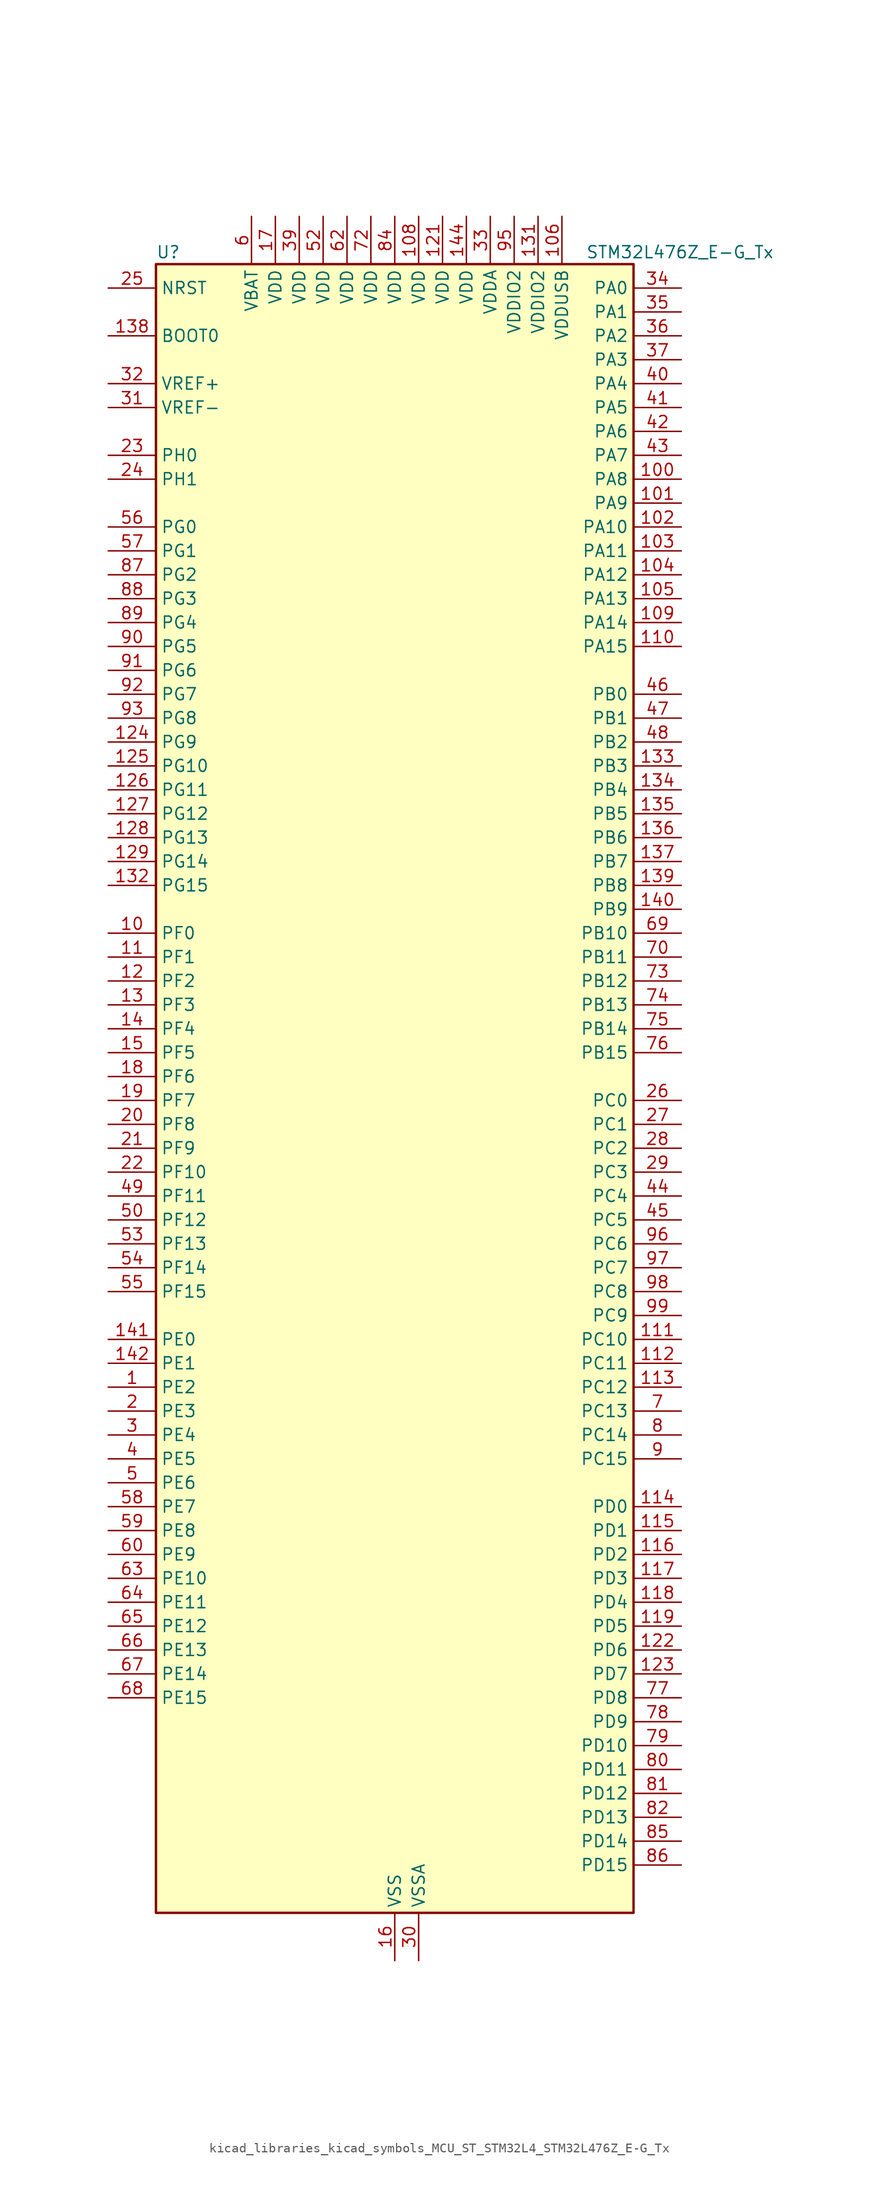
<source format=kicad_sym>
(kicad_symbol_lib
  (version 20220914)
  (generator kicad_symbol_editor)
  (symbol "kicad_libraries_kicad_symbols_MCU_ST_STM32L4_STM32L476Z_E-G_Tx"
    (property "Reference" "U"
      (at -25.4 90.17 0)
      (effects (font (size 1.27 1.27)) (justify left)))
    (property "Value" "STM32L476Z_E-G_Tx"
      (at 20.32 90.17 0)
      (effects (font (size 1.27 1.27)) (justify left)))
    (property "ki_locked" ""
      (at 0 0 0)
      (effects (font (size 1.27 1.27))))
    (symbol "kicad_libraries_kicad_symbols_MCU_ST_STM32L4_STM32L476Z_E-G_Tx_0_1"
      (rectangle (start -25.4 -86.36) (end 25.4 88.9) (stroke (width 0.254) (type default)) (fill (type background))))
    (symbol "kicad_libraries_kicad_symbols_MCU_ST_STM32L4_STM32L476Z_E-G_Tx_1_1"
      (pin bidirectional line (at -30.48 -30.48 0) (length 5.08) (name "PE2" (effects (font (size 1.27 1.27)))) (number "1" (effects (font (size 1.27 1.27)))) (alternate "FMC_A23" bidirectional line) (alternate "LCD_SEG38" bidirectional line) (alternate "SAI1_MCLK_A" bidirectional line) (alternate "SYS_TRACECLK" bidirectional line) (alternate "TIM3_ETR" bidirectional line) (alternate "TSC_G7_IO1" bidirectional line))
      (pin bidirectional line (at -30.48 17.78 0) (length 5.08) (name "PF0" (effects (font (size 1.27 1.27)))) (number "10" (effects (font (size 1.27 1.27)))) (alternate "FMC_A0" bidirectional line) (alternate "I2C2_SDA" bidirectional line))
      (pin bidirectional line (at 30.48 66.04 180) (length 5.08) (name "PA8" (effects (font (size 1.27 1.27)))) (number "100" (effects (font (size 1.27 1.27)))) (alternate "LCD_COM0" bidirectional line) (alternate "LPTIM2_OUT" bidirectional line) (alternate "RCC_MCO" bidirectional line) (alternate "TIM1_CH1" bidirectional line) (alternate "USART1_CK" bidirectional line) (alternate "USB_OTG_FS_SOF" bidirectional line))
      (pin bidirectional line (at 30.48 63.5 180) (length 5.08) (name "PA9" (effects (font (size 1.27 1.27)))) (number "101" (effects (font (size 1.27 1.27)))) (alternate "DAC1_EXTI9" bidirectional line) (alternate "LCD_COM1" bidirectional line) (alternate "TIM15_BKIN" bidirectional line) (alternate "TIM1_CH2" bidirectional line) (alternate "USART1_TX" bidirectional line) (alternate "USB_OTG_FS_VBUS" bidirectional line))
      (pin bidirectional line (at 30.48 60.96 180) (length 5.08) (name "PA10" (effects (font (size 1.27 1.27)))) (number "102" (effects (font (size 1.27 1.27)))) (alternate "LCD_COM2" bidirectional line) (alternate "TIM17_BKIN" bidirectional line) (alternate "TIM1_CH3" bidirectional line) (alternate "USART1_RX" bidirectional line) (alternate "USB_OTG_FS_ID" bidirectional line))
      (pin bidirectional line (at 30.48 58.42 180) (length 5.08) (name "PA11" (effects (font (size 1.27 1.27)))) (number "103" (effects (font (size 1.27 1.27)))) (alternate "ADC1_EXTI11" bidirectional line) (alternate "ADC2_EXTI11" bidirectional line) (alternate "ADC3_EXTI11" bidirectional line) (alternate "CAN1_RX" bidirectional line) (alternate "TIM1_BKIN2" bidirectional line) (alternate "TIM1_BKIN2_COMP1" bidirectional line) (alternate "TIM1_CH4" bidirectional line) (alternate "USART1_CTS" bidirectional line) (alternate "USB_OTG_FS_DM" bidirectional line))
      (pin bidirectional line (at 30.48 55.88 180) (length 5.08) (name "PA12" (effects (font (size 1.27 1.27)))) (number "104" (effects (font (size 1.27 1.27)))) (alternate "CAN1_TX" bidirectional line) (alternate "TIM1_ETR" bidirectional line) (alternate "USART1_DE" bidirectional line) (alternate "USART1_RTS" bidirectional line) (alternate "USB_OTG_FS_DP" bidirectional line))
      (pin bidirectional line (at 30.48 53.34 180) (length 5.08) (name "PA13" (effects (font (size 1.27 1.27)))) (number "105" (effects (font (size 1.27 1.27)))) (alternate "IR_OUT" bidirectional line) (alternate "SYS_JTMS-SWDIO" bidirectional line) (alternate "USB_OTG_FS_NOE" bidirectional line))
      (pin power_in line (at 17.78 93.98 270) (length 5.08) (name "VDDUSB" (effects (font (size 1.27 1.27)))) (number "106" (effects (font (size 1.27 1.27)))))
      (pin passive line (at 0 -91.44 90) (length 5.08) hide (name "VSS" (effects (font (size 1.27 1.27)))) (number "107" (effects (font (size 1.27 1.27)))))
      (pin power_in line (at 2.54 93.98 270) (length 5.08) (name "VDD" (effects (font (size 1.27 1.27)))) (number "108" (effects (font (size 1.27 1.27)))))
      (pin bidirectional line (at 30.48 50.8 180) (length 5.08) (name "PA14" (effects (font (size 1.27 1.27)))) (number "109" (effects (font (size 1.27 1.27)))) (alternate "SYS_JTCK-SWCLK" bidirectional line))
      (pin bidirectional line (at -30.48 15.24 0) (length 5.08) (name "PF1" (effects (font (size 1.27 1.27)))) (number "11" (effects (font (size 1.27 1.27)))) (alternate "FMC_A1" bidirectional line) (alternate "I2C2_SCL" bidirectional line))
      (pin bidirectional line (at 30.48 48.26 180) (length 5.08) (name "PA15" (effects (font (size 1.27 1.27)))) (number "110" (effects (font (size 1.27 1.27)))) (alternate "ADC1_EXTI15" bidirectional line) (alternate "ADC2_EXTI15" bidirectional line) (alternate "ADC3_EXTI15" bidirectional line) (alternate "LCD_SEG17" bidirectional line) (alternate "SAI2_FS_B" bidirectional line) (alternate "SPI1_NSS" bidirectional line) (alternate "SPI3_NSS" bidirectional line) (alternate "SYS_JTDI" bidirectional line) (alternate "TIM2_CH1" bidirectional line) (alternate "TIM2_ETR" bidirectional line) (alternate "TSC_G3_IO1" bidirectional line) (alternate "UART4_DE" bidirectional line) (alternate "UART4_RTS" bidirectional line))
      (pin bidirectional line (at 30.48 -25.4 180) (length 5.08) (name "PC10" (effects (font (size 1.27 1.27)))) (number "111" (effects (font (size 1.27 1.27)))) (alternate "LCD_COM4" bidirectional line) (alternate "LCD_SEG28" bidirectional line) (alternate "LCD_SEG40" bidirectional line) (alternate "SAI2_SCK_B" bidirectional line) (alternate "SDMMC1_D2" bidirectional line) (alternate "SPI3_SCK" bidirectional line) (alternate "TSC_G3_IO2" bidirectional line) (alternate "UART4_TX" bidirectional line) (alternate "USART3_TX" bidirectional line))
      (pin bidirectional line (at 30.48 -27.94 180) (length 5.08) (name "PC11" (effects (font (size 1.27 1.27)))) (number "112" (effects (font (size 1.27 1.27)))) (alternate "ADC1_EXTI11" bidirectional line) (alternate "ADC2_EXTI11" bidirectional line) (alternate "ADC3_EXTI11" bidirectional line) (alternate "LCD_COM5" bidirectional line) (alternate "LCD_SEG29" bidirectional line) (alternate "LCD_SEG41" bidirectional line) (alternate "SAI2_MCLK_B" bidirectional line) (alternate "SDMMC1_D3" bidirectional line) (alternate "SPI3_MISO" bidirectional line) (alternate "TSC_G3_IO3" bidirectional line) (alternate "UART4_RX" bidirectional line) (alternate "USART3_RX" bidirectional line))
      (pin bidirectional line (at 30.48 -30.48 180) (length 5.08) (name "PC12" (effects (font (size 1.27 1.27)))) (number "113" (effects (font (size 1.27 1.27)))) (alternate "LCD_COM6" bidirectional line) (alternate "LCD_SEG30" bidirectional line) (alternate "LCD_SEG42" bidirectional line) (alternate "SAI2_SD_B" bidirectional line) (alternate "SDMMC1_CK" bidirectional line) (alternate "SPI3_MOSI" bidirectional line) (alternate "TSC_G3_IO4" bidirectional line) (alternate "UART5_TX" bidirectional line) (alternate "USART3_CK" bidirectional line))
      (pin bidirectional line (at 30.48 -43.18 180) (length 5.08) (name "PD0" (effects (font (size 1.27 1.27)))) (number "114" (effects (font (size 1.27 1.27)))) (alternate "CAN1_RX" bidirectional line) (alternate "DFSDM1_DATIN7" bidirectional line) (alternate "FMC_D2" bidirectional line) (alternate "FMC_DA2" bidirectional line) (alternate "SPI2_NSS" bidirectional line))
      (pin bidirectional line (at 30.48 -45.72 180) (length 5.08) (name "PD1" (effects (font (size 1.27 1.27)))) (number "115" (effects (font (size 1.27 1.27)))) (alternate "CAN1_TX" bidirectional line) (alternate "DFSDM1_CKIN7" bidirectional line) (alternate "FMC_D3" bidirectional line) (alternate "FMC_DA3" bidirectional line) (alternate "SPI2_SCK" bidirectional line))
      (pin bidirectional line (at 30.48 -48.26 180) (length 5.08) (name "PD2" (effects (font (size 1.27 1.27)))) (number "116" (effects (font (size 1.27 1.27)))) (alternate "LCD_COM7" bidirectional line) (alternate "LCD_SEG31" bidirectional line) (alternate "LCD_SEG43" bidirectional line) (alternate "SDMMC1_CMD" bidirectional line) (alternate "TIM3_ETR" bidirectional line) (alternate "TSC_SYNC" bidirectional line) (alternate "UART5_RX" bidirectional line) (alternate "USART3_DE" bidirectional line) (alternate "USART3_RTS" bidirectional line))
      (pin bidirectional line (at 30.48 -50.8 180) (length 5.08) (name "PD3" (effects (font (size 1.27 1.27)))) (number "117" (effects (font (size 1.27 1.27)))) (alternate "DFSDM1_DATIN0" bidirectional line) (alternate "FMC_CLK" bidirectional line) (alternate "SPI2_MISO" bidirectional line) (alternate "USART2_CTS" bidirectional line))
      (pin bidirectional line (at 30.48 -53.34 180) (length 5.08) (name "PD4" (effects (font (size 1.27 1.27)))) (number "118" (effects (font (size 1.27 1.27)))) (alternate "DFSDM1_CKIN0" bidirectional line) (alternate "FMC_NOE" bidirectional line) (alternate "SPI2_MOSI" bidirectional line) (alternate "USART2_DE" bidirectional line) (alternate "USART2_RTS" bidirectional line))
      (pin bidirectional line (at 30.48 -55.88 180) (length 5.08) (name "PD5" (effects (font (size 1.27 1.27)))) (number "119" (effects (font (size 1.27 1.27)))) (alternate "FMC_NWE" bidirectional line) (alternate "USART2_TX" bidirectional line))
      (pin bidirectional line (at -30.48 12.7 0) (length 5.08) (name "PF2" (effects (font (size 1.27 1.27)))) (number "12" (effects (font (size 1.27 1.27)))) (alternate "FMC_A2" bidirectional line) (alternate "I2C2_SMBA" bidirectional line))
      (pin passive line (at 0 -91.44 90) (length 5.08) hide (name "VSS" (effects (font (size 1.27 1.27)))) (number "120" (effects (font (size 1.27 1.27)))))
      (pin power_in line (at 5.08 93.98 270) (length 5.08) (name "VDD" (effects (font (size 1.27 1.27)))) (number "121" (effects (font (size 1.27 1.27)))))
      (pin bidirectional line (at 30.48 -58.42 180) (length 5.08) (name "PD6" (effects (font (size 1.27 1.27)))) (number "122" (effects (font (size 1.27 1.27)))) (alternate "DFSDM1_DATIN1" bidirectional line) (alternate "FMC_NWAIT" bidirectional line) (alternate "SAI1_SD_A" bidirectional line) (alternate "USART2_RX" bidirectional line))
      (pin bidirectional line (at 30.48 -60.96 180) (length 5.08) (name "PD7" (effects (font (size 1.27 1.27)))) (number "123" (effects (font (size 1.27 1.27)))) (alternate "DFSDM1_CKIN1" bidirectional line) (alternate "FMC_NE1" bidirectional line) (alternate "USART2_CK" bidirectional line))
      (pin bidirectional line (at -30.48 38.1 0) (length 5.08) (name "PG9" (effects (font (size 1.27 1.27)))) (number "124" (effects (font (size 1.27 1.27)))) (alternate "DAC1_EXTI9" bidirectional line) (alternate "FMC_NCE3" bidirectional line) (alternate "FMC_NE2" bidirectional line) (alternate "SAI2_SCK_A" bidirectional line) (alternate "SPI3_SCK" bidirectional line) (alternate "TIM15_CH1N" bidirectional line) (alternate "USART1_TX" bidirectional line))
      (pin bidirectional line (at -30.48 35.56 0) (length 5.08) (name "PG10" (effects (font (size 1.27 1.27)))) (number "125" (effects (font (size 1.27 1.27)))) (alternate "FMC_NE3" bidirectional line) (alternate "LPTIM1_IN1" bidirectional line) (alternate "SAI2_FS_A" bidirectional line) (alternate "SPI3_MISO" bidirectional line) (alternate "TIM15_CH1" bidirectional line) (alternate "USART1_RX" bidirectional line))
      (pin bidirectional line (at -30.48 33.02 0) (length 5.08) (name "PG11" (effects (font (size 1.27 1.27)))) (number "126" (effects (font (size 1.27 1.27)))) (alternate "ADC1_EXTI11" bidirectional line) (alternate "ADC2_EXTI11" bidirectional line) (alternate "ADC3_EXTI11" bidirectional line) (alternate "LPTIM1_IN2" bidirectional line) (alternate "SAI2_MCLK_A" bidirectional line) (alternate "SPI3_MOSI" bidirectional line) (alternate "TIM15_CH2" bidirectional line) (alternate "USART1_CTS" bidirectional line))
      (pin bidirectional line (at -30.48 30.48 0) (length 5.08) (name "PG12" (effects (font (size 1.27 1.27)))) (number "127" (effects (font (size 1.27 1.27)))) (alternate "FMC_NE4" bidirectional line) (alternate "LPTIM1_ETR" bidirectional line) (alternate "SAI2_SD_A" bidirectional line) (alternate "SPI3_NSS" bidirectional line) (alternate "USART1_DE" bidirectional line) (alternate "USART1_RTS" bidirectional line))
      (pin bidirectional line (at -30.48 27.94 0) (length 5.08) (name "PG13" (effects (font (size 1.27 1.27)))) (number "128" (effects (font (size 1.27 1.27)))) (alternate "FMC_A24" bidirectional line) (alternate "I2C1_SDA" bidirectional line) (alternate "USART1_CK" bidirectional line))
      (pin bidirectional line (at -30.48 25.4 0) (length 5.08) (name "PG14" (effects (font (size 1.27 1.27)))) (number "129" (effects (font (size 1.27 1.27)))) (alternate "FMC_A25" bidirectional line) (alternate "I2C1_SCL" bidirectional line))
      (pin bidirectional line (at -30.48 10.16 0) (length 5.08) (name "PF3" (effects (font (size 1.27 1.27)))) (number "13" (effects (font (size 1.27 1.27)))) (alternate "ADC3_IN6" bidirectional line) (alternate "FMC_A3" bidirectional line))
      (pin passive line (at 0 -91.44 90) (length 5.08) hide (name "VSS" (effects (font (size 1.27 1.27)))) (number "130" (effects (font (size 1.27 1.27)))))
      (pin power_in line (at 15.24 93.98 270) (length 5.08) (name "VDDIO2" (effects (font (size 1.27 1.27)))) (number "131" (effects (font (size 1.27 1.27)))))
      (pin bidirectional line (at -30.48 22.86 0) (length 5.08) (name "PG15" (effects (font (size 1.27 1.27)))) (number "132" (effects (font (size 1.27 1.27)))) (alternate "ADC1_EXTI15" bidirectional line) (alternate "ADC2_EXTI15" bidirectional line) (alternate "ADC3_EXTI15" bidirectional line) (alternate "I2C1_SMBA" bidirectional line) (alternate "LPTIM1_OUT" bidirectional line))
      (pin bidirectional line (at 30.48 35.56 180) (length 5.08) (name "PB3" (effects (font (size 1.27 1.27)))) (number "133" (effects (font (size 1.27 1.27)))) (alternate "COMP2_INM" bidirectional line) (alternate "LCD_SEG7" bidirectional line) (alternate "SAI1_SCK_B" bidirectional line) (alternate "SPI1_SCK" bidirectional line) (alternate "SPI3_SCK" bidirectional line) (alternate "SYS_JTDO-SWO" bidirectional line) (alternate "TIM2_CH2" bidirectional line) (alternate "USART1_DE" bidirectional line) (alternate "USART1_RTS" bidirectional line))
      (pin bidirectional line (at 30.48 33.02 180) (length 5.08) (name "PB4" (effects (font (size 1.27 1.27)))) (number "134" (effects (font (size 1.27 1.27)))) (alternate "COMP2_INP" bidirectional line) (alternate "LCD_SEG8" bidirectional line) (alternate "SAI1_MCLK_B" bidirectional line) (alternate "SPI1_MISO" bidirectional line) (alternate "SPI3_MISO" bidirectional line) (alternate "SYS_JTRST" bidirectional line) (alternate "TIM17_BKIN" bidirectional line) (alternate "TIM3_CH1" bidirectional line) (alternate "TSC_G2_IO1" bidirectional line) (alternate "UART5_DE" bidirectional line) (alternate "UART5_RTS" bidirectional line) (alternate "USART1_CTS" bidirectional line))
      (pin bidirectional line (at 30.48 30.48 180) (length 5.08) (name "PB5" (effects (font (size 1.27 1.27)))) (number "135" (effects (font (size 1.27 1.27)))) (alternate "COMP2_OUT" bidirectional line) (alternate "I2C1_SMBA" bidirectional line) (alternate "LCD_SEG9" bidirectional line) (alternate "LPTIM1_IN1" bidirectional line) (alternate "SAI1_SD_B" bidirectional line) (alternate "SPI1_MOSI" bidirectional line) (alternate "SPI3_MOSI" bidirectional line) (alternate "TIM16_BKIN" bidirectional line) (alternate "TIM3_CH2" bidirectional line) (alternate "TSC_G2_IO2" bidirectional line) (alternate "UART5_CTS" bidirectional line) (alternate "USART1_CK" bidirectional line))
      (pin bidirectional line (at 30.48 27.94 180) (length 5.08) (name "PB6" (effects (font (size 1.27 1.27)))) (number "136" (effects (font (size 1.27 1.27)))) (alternate "COMP2_INP" bidirectional line) (alternate "DFSDM1_DATIN5" bidirectional line) (alternate "I2C1_SCL" bidirectional line) (alternate "LPTIM1_ETR" bidirectional line) (alternate "SAI1_FS_B" bidirectional line) (alternate "TIM16_CH1N" bidirectional line) (alternate "TIM4_CH1" bidirectional line) (alternate "TIM8_BKIN2" bidirectional line) (alternate "TIM8_BKIN2_COMP2" bidirectional line) (alternate "TSC_G2_IO3" bidirectional line) (alternate "USART1_TX" bidirectional line))
      (pin bidirectional line (at 30.48 25.4 180) (length 5.08) (name "PB7" (effects (font (size 1.27 1.27)))) (number "137" (effects (font (size 1.27 1.27)))) (alternate "COMP2_INM" bidirectional line) (alternate "DFSDM1_CKIN5" bidirectional line) (alternate "FMC_NL" bidirectional line) (alternate "I2C1_SDA" bidirectional line) (alternate "LCD_SEG21" bidirectional line) (alternate "LPTIM1_IN2" bidirectional line) (alternate "SYS_PVD_IN" bidirectional line) (alternate "TIM17_CH1N" bidirectional line) (alternate "TIM4_CH2" bidirectional line) (alternate "TIM8_BKIN" bidirectional line) (alternate "TIM8_BKIN_COMP1" bidirectional line) (alternate "TSC_G2_IO4" bidirectional line) (alternate "UART4_CTS" bidirectional line) (alternate "USART1_RX" bidirectional line))
      (pin input line (at -30.48 81.28 0) (length 5.08) (name "BOOT0" (effects (font (size 1.27 1.27)))) (number "138" (effects (font (size 1.27 1.27)))))
      (pin bidirectional line (at 30.48 22.86 180) (length 5.08) (name "PB8" (effects (font (size 1.27 1.27)))) (number "139" (effects (font (size 1.27 1.27)))) (alternate "CAN1_RX" bidirectional line) (alternate "DFSDM1_DATIN6" bidirectional line) (alternate "I2C1_SCL" bidirectional line) (alternate "LCD_SEG16" bidirectional line) (alternate "SAI1_MCLK_A" bidirectional line) (alternate "SDMMC1_D4" bidirectional line) (alternate "TIM16_CH1" bidirectional line) (alternate "TIM4_CH3" bidirectional line))
      (pin bidirectional line (at -30.48 7.62 0) (length 5.08) (name "PF4" (effects (font (size 1.27 1.27)))) (number "14" (effects (font (size 1.27 1.27)))) (alternate "ADC3_IN7" bidirectional line) (alternate "FMC_A4" bidirectional line))
      (pin bidirectional line (at 30.48 20.32 180) (length 5.08) (name "PB9" (effects (font (size 1.27 1.27)))) (number "140" (effects (font (size 1.27 1.27)))) (alternate "CAN1_TX" bidirectional line) (alternate "DAC1_EXTI9" bidirectional line) (alternate "DFSDM1_CKIN6" bidirectional line) (alternate "I2C1_SDA" bidirectional line) (alternate "IR_OUT" bidirectional line) (alternate "LCD_COM3" bidirectional line) (alternate "SAI1_FS_A" bidirectional line) (alternate "SDMMC1_D5" bidirectional line) (alternate "SPI2_NSS" bidirectional line) (alternate "TIM17_CH1" bidirectional line) (alternate "TIM4_CH4" bidirectional line))
      (pin bidirectional line (at -30.48 -25.4 0) (length 5.08) (name "PE0" (effects (font (size 1.27 1.27)))) (number "141" (effects (font (size 1.27 1.27)))) (alternate "FMC_NBL0" bidirectional line) (alternate "LCD_SEG36" bidirectional line) (alternate "TIM16_CH1" bidirectional line) (alternate "TIM4_ETR" bidirectional line))
      (pin bidirectional line (at -30.48 -27.94 0) (length 5.08) (name "PE1" (effects (font (size 1.27 1.27)))) (number "142" (effects (font (size 1.27 1.27)))) (alternate "FMC_NBL1" bidirectional line) (alternate "LCD_SEG37" bidirectional line) (alternate "TIM17_CH1" bidirectional line))
      (pin passive line (at 0 -91.44 90) (length 5.08) hide (name "VSS" (effects (font (size 1.27 1.27)))) (number "143" (effects (font (size 1.27 1.27)))))
      (pin power_in line (at 7.62 93.98 270) (length 5.08) (name "VDD" (effects (font (size 1.27 1.27)))) (number "144" (effects (font (size 1.27 1.27)))))
      (pin bidirectional line (at -30.48 5.08 0) (length 5.08) (name "PF5" (effects (font (size 1.27 1.27)))) (number "15" (effects (font (size 1.27 1.27)))) (alternate "ADC3_IN8" bidirectional line) (alternate "FMC_A5" bidirectional line))
      (pin power_in line (at 0 -91.44 90) (length 5.08) (name "VSS" (effects (font (size 1.27 1.27)))) (number "16" (effects (font (size 1.27 1.27)))))
      (pin power_in line (at -12.7 93.98 270) (length 5.08) (name "VDD" (effects (font (size 1.27 1.27)))) (number "17" (effects (font (size 1.27 1.27)))))
      (pin bidirectional line (at -30.48 2.54 0) (length 5.08) (name "PF6" (effects (font (size 1.27 1.27)))) (number "18" (effects (font (size 1.27 1.27)))) (alternate "ADC3_IN9" bidirectional line) (alternate "SAI1_SD_B" bidirectional line) (alternate "TIM5_CH1" bidirectional line) (alternate "TIM5_ETR" bidirectional line))
      (pin bidirectional line (at -30.48 0 0) (length 5.08) (name "PF7" (effects (font (size 1.27 1.27)))) (number "19" (effects (font (size 1.27 1.27)))) (alternate "ADC3_IN10" bidirectional line) (alternate "SAI1_MCLK_B" bidirectional line) (alternate "TIM5_CH2" bidirectional line))
      (pin bidirectional line (at -30.48 -33.02 0) (length 5.08) (name "PE3" (effects (font (size 1.27 1.27)))) (number "2" (effects (font (size 1.27 1.27)))) (alternate "FMC_A19" bidirectional line) (alternate "LCD_SEG39" bidirectional line) (alternate "SAI1_SD_B" bidirectional line) (alternate "SYS_TRACED0" bidirectional line) (alternate "TIM3_CH1" bidirectional line) (alternate "TSC_G7_IO2" bidirectional line))
      (pin bidirectional line (at -30.48 -2.54 0) (length 5.08) (name "PF8" (effects (font (size 1.27 1.27)))) (number "20" (effects (font (size 1.27 1.27)))) (alternate "ADC3_IN11" bidirectional line) (alternate "SAI1_SCK_B" bidirectional line) (alternate "TIM5_CH3" bidirectional line))
      (pin bidirectional line (at -30.48 -5.08 0) (length 5.08) (name "PF9" (effects (font (size 1.27 1.27)))) (number "21" (effects (font (size 1.27 1.27)))) (alternate "ADC3_IN12" bidirectional line) (alternate "DAC1_EXTI9" bidirectional line) (alternate "SAI1_FS_B" bidirectional line) (alternate "TIM15_CH1" bidirectional line) (alternate "TIM5_CH4" bidirectional line))
      (pin bidirectional line (at -30.48 -7.62 0) (length 5.08) (name "PF10" (effects (font (size 1.27 1.27)))) (number "22" (effects (font (size 1.27 1.27)))) (alternate "ADC3_IN13" bidirectional line) (alternate "TIM15_CH2" bidirectional line))
      (pin bidirectional line (at -30.48 68.58 0) (length 5.08) (name "PH0" (effects (font (size 1.27 1.27)))) (number "23" (effects (font (size 1.27 1.27)))) (alternate "RCC_OSC_IN" bidirectional line))
      (pin bidirectional line (at -30.48 66.04 0) (length 5.08) (name "PH1" (effects (font (size 1.27 1.27)))) (number "24" (effects (font (size 1.27 1.27)))) (alternate "RCC_OSC_OUT" bidirectional line))
      (pin input line (at -30.48 86.36 0) (length 5.08) (name "NRST" (effects (font (size 1.27 1.27)))) (number "25" (effects (font (size 1.27 1.27)))))
      (pin bidirectional line (at 30.48 0 180) (length 5.08) (name "PC0" (effects (font (size 1.27 1.27)))) (number "26" (effects (font (size 1.27 1.27)))) (alternate "ADC1_IN1" bidirectional line) (alternate "ADC2_IN1" bidirectional line) (alternate "ADC3_IN1" bidirectional line) (alternate "DFSDM1_DATIN4" bidirectional line) (alternate "I2C3_SCL" bidirectional line) (alternate "LCD_SEG18" bidirectional line) (alternate "LPTIM1_IN1" bidirectional line) (alternate "LPTIM2_IN1" bidirectional line) (alternate "LPUART1_RX" bidirectional line))
      (pin bidirectional line (at 30.48 -2.54 180) (length 5.08) (name "PC1" (effects (font (size 1.27 1.27)))) (number "27" (effects (font (size 1.27 1.27)))) (alternate "ADC1_IN2" bidirectional line) (alternate "ADC2_IN2" bidirectional line) (alternate "ADC3_IN2" bidirectional line) (alternate "DFSDM1_CKIN4" bidirectional line) (alternate "I2C3_SDA" bidirectional line) (alternate "LCD_SEG19" bidirectional line) (alternate "LPTIM1_OUT" bidirectional line) (alternate "LPUART1_TX" bidirectional line))
      (pin bidirectional line (at 30.48 -5.08 180) (length 5.08) (name "PC2" (effects (font (size 1.27 1.27)))) (number "28" (effects (font (size 1.27 1.27)))) (alternate "ADC1_IN3" bidirectional line) (alternate "ADC2_IN3" bidirectional line) (alternate "ADC3_IN3" bidirectional line) (alternate "DFSDM1_CKOUT" bidirectional line) (alternate "LCD_SEG20" bidirectional line) (alternate "LPTIM1_IN2" bidirectional line) (alternate "SPI2_MISO" bidirectional line))
      (pin bidirectional line (at 30.48 -7.62 180) (length 5.08) (name "PC3" (effects (font (size 1.27 1.27)))) (number "29" (effects (font (size 1.27 1.27)))) (alternate "ADC1_IN4" bidirectional line) (alternate "ADC2_IN4" bidirectional line) (alternate "ADC3_IN4" bidirectional line) (alternate "LCD_VLCD" bidirectional line) (alternate "LPTIM1_ETR" bidirectional line) (alternate "LPTIM2_ETR" bidirectional line) (alternate "SAI1_SD_A" bidirectional line) (alternate "SPI2_MOSI" bidirectional line))
      (pin bidirectional line (at -30.48 -35.56 0) (length 5.08) (name "PE4" (effects (font (size 1.27 1.27)))) (number "3" (effects (font (size 1.27 1.27)))) (alternate "DFSDM1_DATIN3" bidirectional line) (alternate "FMC_A20" bidirectional line) (alternate "SAI1_FS_A" bidirectional line) (alternate "SYS_TRACED1" bidirectional line) (alternate "TIM3_CH2" bidirectional line) (alternate "TSC_G7_IO3" bidirectional line))
      (pin power_in line (at 2.54 -91.44 90) (length 5.08) (name "VSSA" (effects (font (size 1.27 1.27)))) (number "30" (effects (font (size 1.27 1.27)))))
      (pin input line (at -30.48 73.66 0) (length 5.08) (name "VREF-" (effects (font (size 1.27 1.27)))) (number "31" (effects (font (size 1.27 1.27)))))
      (pin input line (at -30.48 76.2 0) (length 5.08) (name "VREF+" (effects (font (size 1.27 1.27)))) (number "32" (effects (font (size 1.27 1.27)))) (alternate "VREFBUF_OUT" bidirectional line))
      (pin power_in line (at 10.16 93.98 270) (length 5.08) (name "VDDA" (effects (font (size 1.27 1.27)))) (number "33" (effects (font (size 1.27 1.27)))))
      (pin bidirectional line (at 30.48 86.36 180) (length 5.08) (name "PA0" (effects (font (size 1.27 1.27)))) (number "34" (effects (font (size 1.27 1.27)))) (alternate "ADC1_IN5" bidirectional line) (alternate "ADC2_IN5" bidirectional line) (alternate "OPAMP1_VINP" bidirectional line) (alternate "RTC_TAMP2" bidirectional line) (alternate "SAI1_EXTCLK" bidirectional line) (alternate "SYS_WKUP1" bidirectional line) (alternate "TIM2_CH1" bidirectional line) (alternate "TIM2_ETR" bidirectional line) (alternate "TIM5_CH1" bidirectional line) (alternate "TIM8_ETR" bidirectional line) (alternate "UART4_TX" bidirectional line) (alternate "USART2_CTS" bidirectional line))
      (pin bidirectional line (at 30.48 83.82 180) (length 5.08) (name "PA1" (effects (font (size 1.27 1.27)))) (number "35" (effects (font (size 1.27 1.27)))) (alternate "ADC1_IN6" bidirectional line) (alternate "ADC2_IN6" bidirectional line) (alternate "LCD_SEG0" bidirectional line) (alternate "OPAMP1_VINM" bidirectional line) (alternate "TIM15_CH1N" bidirectional line) (alternate "TIM2_CH2" bidirectional line) (alternate "TIM5_CH2" bidirectional line) (alternate "UART4_RX" bidirectional line) (alternate "USART2_DE" bidirectional line) (alternate "USART2_RTS" bidirectional line))
      (pin bidirectional line (at 30.48 81.28 180) (length 5.08) (name "PA2" (effects (font (size 1.27 1.27)))) (number "36" (effects (font (size 1.27 1.27)))) (alternate "ADC1_IN7" bidirectional line) (alternate "ADC2_IN7" bidirectional line) (alternate "LCD_SEG1" bidirectional line) (alternate "RCC_LSCO" bidirectional line) (alternate "SAI2_EXTCLK" bidirectional line) (alternate "SYS_WKUP4" bidirectional line) (alternate "TIM15_CH1" bidirectional line) (alternate "TIM2_CH3" bidirectional line) (alternate "TIM5_CH3" bidirectional line) (alternate "USART2_TX" bidirectional line))
      (pin bidirectional line (at 30.48 78.74 180) (length 5.08) (name "PA3" (effects (font (size 1.27 1.27)))) (number "37" (effects (font (size 1.27 1.27)))) (alternate "ADC1_IN8" bidirectional line) (alternate "ADC2_IN8" bidirectional line) (alternate "LCD_SEG2" bidirectional line) (alternate "OPAMP1_VOUT" bidirectional line) (alternate "TIM15_CH2" bidirectional line) (alternate "TIM2_CH4" bidirectional line) (alternate "TIM5_CH4" bidirectional line) (alternate "USART2_RX" bidirectional line))
      (pin passive line (at 0 -91.44 90) (length 5.08) hide (name "VSS" (effects (font (size 1.27 1.27)))) (number "38" (effects (font (size 1.27 1.27)))))
      (pin power_in line (at -10.16 93.98 270) (length 5.08) (name "VDD" (effects (font (size 1.27 1.27)))) (number "39" (effects (font (size 1.27 1.27)))))
      (pin bidirectional line (at -30.48 -38.1 0) (length 5.08) (name "PE5" (effects (font (size 1.27 1.27)))) (number "4" (effects (font (size 1.27 1.27)))) (alternate "DFSDM1_CKIN3" bidirectional line) (alternate "FMC_A21" bidirectional line) (alternate "SAI1_SCK_A" bidirectional line) (alternate "SYS_TRACED2" bidirectional line) (alternate "TIM3_CH3" bidirectional line) (alternate "TSC_G7_IO4" bidirectional line))
      (pin bidirectional line (at 30.48 76.2 180) (length 5.08) (name "PA4" (effects (font (size 1.27 1.27)))) (number "40" (effects (font (size 1.27 1.27)))) (alternate "ADC1_IN9" bidirectional line) (alternate "ADC2_IN9" bidirectional line) (alternate "DAC1_OUT1" bidirectional line) (alternate "LPTIM2_OUT" bidirectional line) (alternate "SAI1_FS_B" bidirectional line) (alternate "SPI1_NSS" bidirectional line) (alternate "SPI3_NSS" bidirectional line) (alternate "USART2_CK" bidirectional line))
      (pin bidirectional line (at 30.48 73.66 180) (length 5.08) (name "PA5" (effects (font (size 1.27 1.27)))) (number "41" (effects (font (size 1.27 1.27)))) (alternate "ADC1_IN10" bidirectional line) (alternate "ADC2_IN10" bidirectional line) (alternate "DAC1_OUT2" bidirectional line) (alternate "LPTIM2_ETR" bidirectional line) (alternate "SPI1_SCK" bidirectional line) (alternate "TIM2_CH1" bidirectional line) (alternate "TIM2_ETR" bidirectional line) (alternate "TIM8_CH1N" bidirectional line))
      (pin bidirectional line (at 30.48 71.12 180) (length 5.08) (name "PA6" (effects (font (size 1.27 1.27)))) (number "42" (effects (font (size 1.27 1.27)))) (alternate "ADC1_IN11" bidirectional line) (alternate "ADC2_IN11" bidirectional line) (alternate "LCD_SEG3" bidirectional line) (alternate "OPAMP2_VINP" bidirectional line) (alternate "QUADSPI_BK1_IO3" bidirectional line) (alternate "SPI1_MISO" bidirectional line) (alternate "TIM16_CH1" bidirectional line) (alternate "TIM1_BKIN" bidirectional line) (alternate "TIM1_BKIN_COMP2" bidirectional line) (alternate "TIM3_CH1" bidirectional line) (alternate "TIM8_BKIN" bidirectional line) (alternate "TIM8_BKIN_COMP2" bidirectional line) (alternate "USART3_CTS" bidirectional line))
      (pin bidirectional line (at 30.48 68.58 180) (length 5.08) (name "PA7" (effects (font (size 1.27 1.27)))) (number "43" (effects (font (size 1.27 1.27)))) (alternate "ADC1_IN12" bidirectional line) (alternate "ADC2_IN12" bidirectional line) (alternate "LCD_SEG4" bidirectional line) (alternate "OPAMP2_VINM" bidirectional line) (alternate "QUADSPI_BK1_IO2" bidirectional line) (alternate "SPI1_MOSI" bidirectional line) (alternate "TIM17_CH1" bidirectional line) (alternate "TIM1_CH1N" bidirectional line) (alternate "TIM3_CH2" bidirectional line) (alternate "TIM8_CH1N" bidirectional line))
      (pin bidirectional line (at 30.48 -10.16 180) (length 5.08) (name "PC4" (effects (font (size 1.27 1.27)))) (number "44" (effects (font (size 1.27 1.27)))) (alternate "ADC1_IN13" bidirectional line) (alternate "ADC2_IN13" bidirectional line) (alternate "COMP1_INM" bidirectional line) (alternate "LCD_SEG22" bidirectional line) (alternate "USART3_TX" bidirectional line))
      (pin bidirectional line (at 30.48 -12.7 180) (length 5.08) (name "PC5" (effects (font (size 1.27 1.27)))) (number "45" (effects (font (size 1.27 1.27)))) (alternate "ADC1_IN14" bidirectional line) (alternate "ADC2_IN14" bidirectional line) (alternate "COMP1_INP" bidirectional line) (alternate "LCD_SEG23" bidirectional line) (alternate "SYS_WKUP5" bidirectional line) (alternate "USART3_RX" bidirectional line))
      (pin bidirectional line (at 30.48 43.18 180) (length 5.08) (name "PB0" (effects (font (size 1.27 1.27)))) (number "46" (effects (font (size 1.27 1.27)))) (alternate "ADC1_IN15" bidirectional line) (alternate "ADC2_IN15" bidirectional line) (alternate "COMP1_OUT" bidirectional line) (alternate "LCD_SEG5" bidirectional line) (alternate "OPAMP2_VOUT" bidirectional line) (alternate "QUADSPI_BK1_IO1" bidirectional line) (alternate "TIM1_CH2N" bidirectional line) (alternate "TIM3_CH3" bidirectional line) (alternate "TIM8_CH2N" bidirectional line) (alternate "USART3_CK" bidirectional line))
      (pin bidirectional line (at 30.48 40.64 180) (length 5.08) (name "PB1" (effects (font (size 1.27 1.27)))) (number "47" (effects (font (size 1.27 1.27)))) (alternate "ADC1_IN16" bidirectional line) (alternate "ADC2_IN16" bidirectional line) (alternate "COMP1_INM" bidirectional line) (alternate "DFSDM1_DATIN0" bidirectional line) (alternate "LCD_SEG6" bidirectional line) (alternate "LPTIM2_IN1" bidirectional line) (alternate "QUADSPI_BK1_IO0" bidirectional line) (alternate "TIM1_CH3N" bidirectional line) (alternate "TIM3_CH4" bidirectional line) (alternate "TIM8_CH3N" bidirectional line) (alternate "USART3_DE" bidirectional line) (alternate "USART3_RTS" bidirectional line))
      (pin bidirectional line (at 30.48 38.1 180) (length 5.08) (name "PB2" (effects (font (size 1.27 1.27)))) (number "48" (effects (font (size 1.27 1.27)))) (alternate "COMP1_INP" bidirectional line) (alternate "DFSDM1_CKIN0" bidirectional line) (alternate "I2C3_SMBA" bidirectional line) (alternate "LPTIM1_OUT" bidirectional line) (alternate "RTC_OUT_ALARM" bidirectional line) (alternate "RTC_OUT_CALIB" bidirectional line))
      (pin bidirectional line (at -30.48 -10.16 0) (length 5.08) (name "PF11" (effects (font (size 1.27 1.27)))) (number "49" (effects (font (size 1.27 1.27)))) (alternate "ADC1_EXTI11" bidirectional line) (alternate "ADC2_EXTI11" bidirectional line) (alternate "ADC3_EXTI11" bidirectional line))
      (pin bidirectional line (at -30.48 -40.64 0) (length 5.08) (name "PE6" (effects (font (size 1.27 1.27)))) (number "5" (effects (font (size 1.27 1.27)))) (alternate "FMC_A22" bidirectional line) (alternate "RTC_TAMP3" bidirectional line) (alternate "SAI1_SD_A" bidirectional line) (alternate "SYS_TRACED3" bidirectional line) (alternate "SYS_WKUP3" bidirectional line) (alternate "TIM3_CH4" bidirectional line))
      (pin bidirectional line (at -30.48 -12.7 0) (length 5.08) (name "PF12" (effects (font (size 1.27 1.27)))) (number "50" (effects (font (size 1.27 1.27)))) (alternate "FMC_A6" bidirectional line))
      (pin passive line (at 0 -91.44 90) (length 5.08) hide (name "VSS" (effects (font (size 1.27 1.27)))) (number "51" (effects (font (size 1.27 1.27)))))
      (pin power_in line (at -7.62 93.98 270) (length 5.08) (name "VDD" (effects (font (size 1.27 1.27)))) (number "52" (effects (font (size 1.27 1.27)))))
      (pin bidirectional line (at -30.48 -15.24 0) (length 5.08) (name "PF13" (effects (font (size 1.27 1.27)))) (number "53" (effects (font (size 1.27 1.27)))) (alternate "DFSDM1_DATIN6" bidirectional line) (alternate "FMC_A7" bidirectional line))
      (pin bidirectional line (at -30.48 -17.78 0) (length 5.08) (name "PF14" (effects (font (size 1.27 1.27)))) (number "54" (effects (font (size 1.27 1.27)))) (alternate "DFSDM1_CKIN6" bidirectional line) (alternate "FMC_A8" bidirectional line) (alternate "TSC_G8_IO1" bidirectional line))
      (pin bidirectional line (at -30.48 -20.32 0) (length 5.08) (name "PF15" (effects (font (size 1.27 1.27)))) (number "55" (effects (font (size 1.27 1.27)))) (alternate "ADC1_EXTI15" bidirectional line) (alternate "ADC2_EXTI15" bidirectional line) (alternate "ADC3_EXTI15" bidirectional line) (alternate "FMC_A9" bidirectional line) (alternate "TSC_G8_IO2" bidirectional line))
      (pin bidirectional line (at -30.48 60.96 0) (length 5.08) (name "PG0" (effects (font (size 1.27 1.27)))) (number "56" (effects (font (size 1.27 1.27)))) (alternate "FMC_A10" bidirectional line) (alternate "TSC_G8_IO3" bidirectional line))
      (pin bidirectional line (at -30.48 58.42 0) (length 5.08) (name "PG1" (effects (font (size 1.27 1.27)))) (number "57" (effects (font (size 1.27 1.27)))) (alternate "FMC_A11" bidirectional line) (alternate "TSC_G8_IO4" bidirectional line))
      (pin bidirectional line (at -30.48 -43.18 0) (length 5.08) (name "PE7" (effects (font (size 1.27 1.27)))) (number "58" (effects (font (size 1.27 1.27)))) (alternate "DFSDM1_DATIN2" bidirectional line) (alternate "FMC_D4" bidirectional line) (alternate "FMC_DA4" bidirectional line) (alternate "SAI1_SD_B" bidirectional line) (alternate "TIM1_ETR" bidirectional line))
      (pin bidirectional line (at -30.48 -45.72 0) (length 5.08) (name "PE8" (effects (font (size 1.27 1.27)))) (number "59" (effects (font (size 1.27 1.27)))) (alternate "DFSDM1_CKIN2" bidirectional line) (alternate "FMC_D5" bidirectional line) (alternate "FMC_DA5" bidirectional line) (alternate "SAI1_SCK_B" bidirectional line) (alternate "TIM1_CH1N" bidirectional line))
      (pin power_in line (at -15.24 93.98 270) (length 5.08) (name "VBAT" (effects (font (size 1.27 1.27)))) (number "6" (effects (font (size 1.27 1.27)))))
      (pin bidirectional line (at -30.48 -48.26 0) (length 5.08) (name "PE9" (effects (font (size 1.27 1.27)))) (number "60" (effects (font (size 1.27 1.27)))) (alternate "DAC1_EXTI9" bidirectional line) (alternate "DFSDM1_CKOUT" bidirectional line) (alternate "FMC_D6" bidirectional line) (alternate "FMC_DA6" bidirectional line) (alternate "SAI1_FS_B" bidirectional line) (alternate "TIM1_CH1" bidirectional line))
      (pin passive line (at 0 -91.44 90) (length 5.08) hide (name "VSS" (effects (font (size 1.27 1.27)))) (number "61" (effects (font (size 1.27 1.27)))))
      (pin power_in line (at -5.08 93.98 270) (length 5.08) (name "VDD" (effects (font (size 1.27 1.27)))) (number "62" (effects (font (size 1.27 1.27)))))
      (pin bidirectional line (at -30.48 -50.8 0) (length 5.08) (name "PE10" (effects (font (size 1.27 1.27)))) (number "63" (effects (font (size 1.27 1.27)))) (alternate "DFSDM1_DATIN4" bidirectional line) (alternate "FMC_D7" bidirectional line) (alternate "FMC_DA7" bidirectional line) (alternate "QUADSPI_CLK" bidirectional line) (alternate "SAI1_MCLK_B" bidirectional line) (alternate "TIM1_CH2N" bidirectional line) (alternate "TSC_G5_IO1" bidirectional line))
      (pin bidirectional line (at -30.48 -53.34 0) (length 5.08) (name "PE11" (effects (font (size 1.27 1.27)))) (number "64" (effects (font (size 1.27 1.27)))) (alternate "ADC1_EXTI11" bidirectional line) (alternate "ADC2_EXTI11" bidirectional line) (alternate "ADC3_EXTI11" bidirectional line) (alternate "DFSDM1_CKIN4" bidirectional line) (alternate "FMC_D8" bidirectional line) (alternate "FMC_DA8" bidirectional line) (alternate "QUADSPI_NCS" bidirectional line) (alternate "TIM1_CH2" bidirectional line) (alternate "TSC_G5_IO2" bidirectional line))
      (pin bidirectional line (at -30.48 -55.88 0) (length 5.08) (name "PE12" (effects (font (size 1.27 1.27)))) (number "65" (effects (font (size 1.27 1.27)))) (alternate "DFSDM1_DATIN5" bidirectional line) (alternate "FMC_D9" bidirectional line) (alternate "FMC_DA9" bidirectional line) (alternate "QUADSPI_BK1_IO0" bidirectional line) (alternate "SPI1_NSS" bidirectional line) (alternate "TIM1_CH3N" bidirectional line) (alternate "TSC_G5_IO3" bidirectional line))
      (pin bidirectional line (at -30.48 -58.42 0) (length 5.08) (name "PE13" (effects (font (size 1.27 1.27)))) (number "66" (effects (font (size 1.27 1.27)))) (alternate "DFSDM1_CKIN5" bidirectional line) (alternate "FMC_D10" bidirectional line) (alternate "FMC_DA10" bidirectional line) (alternate "QUADSPI_BK1_IO1" bidirectional line) (alternate "SPI1_SCK" bidirectional line) (alternate "TIM1_CH3" bidirectional line) (alternate "TSC_G5_IO4" bidirectional line))
      (pin bidirectional line (at -30.48 -60.96 0) (length 5.08) (name "PE14" (effects (font (size 1.27 1.27)))) (number "67" (effects (font (size 1.27 1.27)))) (alternate "FMC_D11" bidirectional line) (alternate "FMC_DA11" bidirectional line) (alternate "QUADSPI_BK1_IO2" bidirectional line) (alternate "SPI1_MISO" bidirectional line) (alternate "TIM1_BKIN2" bidirectional line) (alternate "TIM1_BKIN2_COMP2" bidirectional line) (alternate "TIM1_CH4" bidirectional line))
      (pin bidirectional line (at -30.48 -63.5 0) (length 5.08) (name "PE15" (effects (font (size 1.27 1.27)))) (number "68" (effects (font (size 1.27 1.27)))) (alternate "ADC1_EXTI15" bidirectional line) (alternate "ADC2_EXTI15" bidirectional line) (alternate "ADC3_EXTI15" bidirectional line) (alternate "FMC_D12" bidirectional line) (alternate "FMC_DA12" bidirectional line) (alternate "QUADSPI_BK1_IO3" bidirectional line) (alternate "SPI1_MOSI" bidirectional line) (alternate "TIM1_BKIN" bidirectional line) (alternate "TIM1_BKIN_COMP1" bidirectional line))
      (pin bidirectional line (at 30.48 17.78 180) (length 5.08) (name "PB10" (effects (font (size 1.27 1.27)))) (number "69" (effects (font (size 1.27 1.27)))) (alternate "COMP1_OUT" bidirectional line) (alternate "DFSDM1_DATIN7" bidirectional line) (alternate "I2C2_SCL" bidirectional line) (alternate "LCD_SEG10" bidirectional line) (alternate "LPUART1_RX" bidirectional line) (alternate "QUADSPI_CLK" bidirectional line) (alternate "SAI1_SCK_A" bidirectional line) (alternate "SPI2_SCK" bidirectional line) (alternate "TIM2_CH3" bidirectional line) (alternate "USART3_TX" bidirectional line))
      (pin bidirectional line (at 30.48 -33.02 180) (length 5.08) (name "PC13" (effects (font (size 1.27 1.27)))) (number "7" (effects (font (size 1.27 1.27)))) (alternate "RTC_OUT_ALARM" bidirectional line) (alternate "RTC_OUT_CALIB" bidirectional line) (alternate "RTC_TAMP1" bidirectional line) (alternate "RTC_TS" bidirectional line) (alternate "SYS_WKUP2" bidirectional line))
      (pin bidirectional line (at 30.48 15.24 180) (length 5.08) (name "PB11" (effects (font (size 1.27 1.27)))) (number "70" (effects (font (size 1.27 1.27)))) (alternate "ADC1_EXTI11" bidirectional line) (alternate "ADC2_EXTI11" bidirectional line) (alternate "ADC3_EXTI11" bidirectional line) (alternate "COMP2_OUT" bidirectional line) (alternate "DFSDM1_CKIN7" bidirectional line) (alternate "I2C2_SDA" bidirectional line) (alternate "LCD_SEG11" bidirectional line) (alternate "LPUART1_TX" bidirectional line) (alternate "QUADSPI_NCS" bidirectional line) (alternate "TIM2_CH4" bidirectional line) (alternate "USART3_RX" bidirectional line))
      (pin passive line (at 0 -91.44 90) (length 5.08) hide (name "VSS" (effects (font (size 1.27 1.27)))) (number "71" (effects (font (size 1.27 1.27)))))
      (pin power_in line (at -2.54 93.98 270) (length 5.08) (name "VDD" (effects (font (size 1.27 1.27)))) (number "72" (effects (font (size 1.27 1.27)))))
      (pin bidirectional line (at 30.48 12.7 180) (length 5.08) (name "PB12" (effects (font (size 1.27 1.27)))) (number "73" (effects (font (size 1.27 1.27)))) (alternate "DFSDM1_DATIN1" bidirectional line) (alternate "I2C2_SMBA" bidirectional line) (alternate "LCD_SEG12" bidirectional line) (alternate "LPUART1_DE" bidirectional line) (alternate "LPUART1_RTS" bidirectional line) (alternate "SAI2_FS_A" bidirectional line) (alternate "SPI2_NSS" bidirectional line) (alternate "SWPMI1_IO" bidirectional line) (alternate "TIM15_BKIN" bidirectional line) (alternate "TIM1_BKIN" bidirectional line) (alternate "TIM1_BKIN_COMP2" bidirectional line) (alternate "TSC_G1_IO1" bidirectional line) (alternate "USART3_CK" bidirectional line))
      (pin bidirectional line (at 30.48 10.16 180) (length 5.08) (name "PB13" (effects (font (size 1.27 1.27)))) (number "74" (effects (font (size 1.27 1.27)))) (alternate "DFSDM1_CKIN1" bidirectional line) (alternate "I2C2_SCL" bidirectional line) (alternate "LCD_SEG13" bidirectional line) (alternate "LPUART1_CTS" bidirectional line) (alternate "SAI2_SCK_A" bidirectional line) (alternate "SPI2_SCK" bidirectional line) (alternate "SWPMI1_TX" bidirectional line) (alternate "TIM15_CH1N" bidirectional line) (alternate "TIM1_CH1N" bidirectional line) (alternate "TSC_G1_IO2" bidirectional line) (alternate "USART3_CTS" bidirectional line))
      (pin bidirectional line (at 30.48 7.62 180) (length 5.08) (name "PB14" (effects (font (size 1.27 1.27)))) (number "75" (effects (font (size 1.27 1.27)))) (alternate "DFSDM1_DATIN2" bidirectional line) (alternate "I2C2_SDA" bidirectional line) (alternate "LCD_SEG14" bidirectional line) (alternate "SAI2_MCLK_A" bidirectional line) (alternate "SPI2_MISO" bidirectional line) (alternate "SWPMI1_RX" bidirectional line) (alternate "TIM15_CH1" bidirectional line) (alternate "TIM1_CH2N" bidirectional line) (alternate "TIM8_CH2N" bidirectional line) (alternate "TSC_G1_IO3" bidirectional line) (alternate "USART3_DE" bidirectional line) (alternate "USART3_RTS" bidirectional line))
      (pin bidirectional line (at 30.48 5.08 180) (length 5.08) (name "PB15" (effects (font (size 1.27 1.27)))) (number "76" (effects (font (size 1.27 1.27)))) (alternate "ADC1_EXTI15" bidirectional line) (alternate "ADC2_EXTI15" bidirectional line) (alternate "ADC3_EXTI15" bidirectional line) (alternate "DFSDM1_CKIN2" bidirectional line) (alternate "LCD_SEG15" bidirectional line) (alternate "RTC_REFIN" bidirectional line) (alternate "SAI2_SD_A" bidirectional line) (alternate "SPI2_MOSI" bidirectional line) (alternate "SWPMI1_SUSPEND" bidirectional line) (alternate "TIM15_CH2" bidirectional line) (alternate "TIM1_CH3N" bidirectional line) (alternate "TIM8_CH3N" bidirectional line) (alternate "TSC_G1_IO4" bidirectional line))
      (pin bidirectional line (at 30.48 -63.5 180) (length 5.08) (name "PD8" (effects (font (size 1.27 1.27)))) (number "77" (effects (font (size 1.27 1.27)))) (alternate "FMC_D13" bidirectional line) (alternate "FMC_DA13" bidirectional line) (alternate "LCD_SEG28" bidirectional line) (alternate "USART3_TX" bidirectional line))
      (pin bidirectional line (at 30.48 -66.04 180) (length 5.08) (name "PD9" (effects (font (size 1.27 1.27)))) (number "78" (effects (font (size 1.27 1.27)))) (alternate "DAC1_EXTI9" bidirectional line) (alternate "FMC_D14" bidirectional line) (alternate "FMC_DA14" bidirectional line) (alternate "LCD_SEG29" bidirectional line) (alternate "SAI2_MCLK_A" bidirectional line) (alternate "USART3_RX" bidirectional line))
      (pin bidirectional line (at 30.48 -68.58 180) (length 5.08) (name "PD10" (effects (font (size 1.27 1.27)))) (number "79" (effects (font (size 1.27 1.27)))) (alternate "FMC_D15" bidirectional line) (alternate "FMC_DA15" bidirectional line) (alternate "LCD_SEG30" bidirectional line) (alternate "SAI2_SCK_A" bidirectional line) (alternate "TSC_G6_IO1" bidirectional line) (alternate "USART3_CK" bidirectional line))
      (pin bidirectional line (at 30.48 -35.56 180) (length 5.08) (name "PC14" (effects (font (size 1.27 1.27)))) (number "8" (effects (font (size 1.27 1.27)))) (alternate "RCC_OSC32_IN" bidirectional line))
      (pin bidirectional line (at 30.48 -71.12 180) (length 5.08) (name "PD11" (effects (font (size 1.27 1.27)))) (number "80" (effects (font (size 1.27 1.27)))) (alternate "ADC1_EXTI11" bidirectional line) (alternate "ADC2_EXTI11" bidirectional line) (alternate "ADC3_EXTI11" bidirectional line) (alternate "FMC_A16" bidirectional line) (alternate "FMC_CLE" bidirectional line) (alternate "LCD_SEG31" bidirectional line) (alternate "LPTIM2_ETR" bidirectional line) (alternate "SAI2_SD_A" bidirectional line) (alternate "TSC_G6_IO2" bidirectional line) (alternate "USART3_CTS" bidirectional line))
      (pin bidirectional line (at 30.48 -73.66 180) (length 5.08) (name "PD12" (effects (font (size 1.27 1.27)))) (number "81" (effects (font (size 1.27 1.27)))) (alternate "FMC_A17" bidirectional line) (alternate "FMC_ALE" bidirectional line) (alternate "LCD_SEG32" bidirectional line) (alternate "LPTIM2_IN1" bidirectional line) (alternate "SAI2_FS_A" bidirectional line) (alternate "TIM4_CH1" bidirectional line) (alternate "TSC_G6_IO3" bidirectional line) (alternate "USART3_DE" bidirectional line) (alternate "USART3_RTS" bidirectional line))
      (pin bidirectional line (at 30.48 -76.2 180) (length 5.08) (name "PD13" (effects (font (size 1.27 1.27)))) (number "82" (effects (font (size 1.27 1.27)))) (alternate "FMC_A18" bidirectional line) (alternate "LCD_SEG33" bidirectional line) (alternate "LPTIM2_OUT" bidirectional line) (alternate "TIM4_CH2" bidirectional line) (alternate "TSC_G6_IO4" bidirectional line))
      (pin passive line (at 0 -91.44 90) (length 5.08) hide (name "VSS" (effects (font (size 1.27 1.27)))) (number "83" (effects (font (size 1.27 1.27)))))
      (pin power_in line (at 0 93.98 270) (length 5.08) (name "VDD" (effects (font (size 1.27 1.27)))) (number "84" (effects (font (size 1.27 1.27)))))
      (pin bidirectional line (at 30.48 -78.74 180) (length 5.08) (name "PD14" (effects (font (size 1.27 1.27)))) (number "85" (effects (font (size 1.27 1.27)))) (alternate "FMC_D0" bidirectional line) (alternate "FMC_DA0" bidirectional line) (alternate "LCD_SEG34" bidirectional line) (alternate "TIM4_CH3" bidirectional line))
      (pin bidirectional line (at 30.48 -81.28 180) (length 5.08) (name "PD15" (effects (font (size 1.27 1.27)))) (number "86" (effects (font (size 1.27 1.27)))) (alternate "ADC1_EXTI15" bidirectional line) (alternate "ADC2_EXTI15" bidirectional line) (alternate "ADC3_EXTI15" bidirectional line) (alternate "FMC_D1" bidirectional line) (alternate "FMC_DA1" bidirectional line) (alternate "LCD_SEG35" bidirectional line) (alternate "TIM4_CH4" bidirectional line))
      (pin bidirectional line (at -30.48 55.88 0) (length 5.08) (name "PG2" (effects (font (size 1.27 1.27)))) (number "87" (effects (font (size 1.27 1.27)))) (alternate "FMC_A12" bidirectional line) (alternate "SAI2_SCK_B" bidirectional line) (alternate "SPI1_SCK" bidirectional line))
      (pin bidirectional line (at -30.48 53.34 0) (length 5.08) (name "PG3" (effects (font (size 1.27 1.27)))) (number "88" (effects (font (size 1.27 1.27)))) (alternate "FMC_A13" bidirectional line) (alternate "SAI2_FS_B" bidirectional line) (alternate "SPI1_MISO" bidirectional line))
      (pin bidirectional line (at -30.48 50.8 0) (length 5.08) (name "PG4" (effects (font (size 1.27 1.27)))) (number "89" (effects (font (size 1.27 1.27)))) (alternate "FMC_A14" bidirectional line) (alternate "SAI2_MCLK_B" bidirectional line) (alternate "SPI1_MOSI" bidirectional line))
      (pin bidirectional line (at 30.48 -38.1 180) (length 5.08) (name "PC15" (effects (font (size 1.27 1.27)))) (number "9" (effects (font (size 1.27 1.27)))) (alternate "ADC1_EXTI15" bidirectional line) (alternate "ADC2_EXTI15" bidirectional line) (alternate "ADC3_EXTI15" bidirectional line) (alternate "RCC_OSC32_OUT" bidirectional line))
      (pin bidirectional line (at -30.48 48.26 0) (length 5.08) (name "PG5" (effects (font (size 1.27 1.27)))) (number "90" (effects (font (size 1.27 1.27)))) (alternate "FMC_A15" bidirectional line) (alternate "LPUART1_CTS" bidirectional line) (alternate "SAI2_SD_B" bidirectional line) (alternate "SPI1_NSS" bidirectional line))
      (pin bidirectional line (at -30.48 45.72 0) (length 5.08) (name "PG6" (effects (font (size 1.27 1.27)))) (number "91" (effects (font (size 1.27 1.27)))) (alternate "I2C3_SMBA" bidirectional line) (alternate "LPUART1_DE" bidirectional line) (alternate "LPUART1_RTS" bidirectional line))
      (pin bidirectional line (at -30.48 43.18 0) (length 5.08) (name "PG7" (effects (font (size 1.27 1.27)))) (number "92" (effects (font (size 1.27 1.27)))) (alternate "FMC_INT3" bidirectional line) (alternate "I2C3_SCL" bidirectional line) (alternate "LPUART1_TX" bidirectional line))
      (pin bidirectional line (at -30.48 40.64 0) (length 5.08) (name "PG8" (effects (font (size 1.27 1.27)))) (number "93" (effects (font (size 1.27 1.27)))) (alternate "I2C3_SDA" bidirectional line) (alternate "LPUART1_RX" bidirectional line))
      (pin passive line (at 0 -91.44 90) (length 5.08) hide (name "VSS" (effects (font (size 1.27 1.27)))) (number "94" (effects (font (size 1.27 1.27)))))
      (pin power_in line (at 12.7 93.98 270) (length 5.08) (name "VDDIO2" (effects (font (size 1.27 1.27)))) (number "95" (effects (font (size 1.27 1.27)))))
      (pin bidirectional line (at 30.48 -15.24 180) (length 5.08) (name "PC6" (effects (font (size 1.27 1.27)))) (number "96" (effects (font (size 1.27 1.27)))) (alternate "DFSDM1_CKIN3" bidirectional line) (alternate "LCD_SEG24" bidirectional line) (alternate "SAI2_MCLK_A" bidirectional line) (alternate "SDMMC1_D6" bidirectional line) (alternate "TIM3_CH1" bidirectional line) (alternate "TIM8_CH1" bidirectional line) (alternate "TSC_G4_IO1" bidirectional line))
      (pin bidirectional line (at 30.48 -17.78 180) (length 5.08) (name "PC7" (effects (font (size 1.27 1.27)))) (number "97" (effects (font (size 1.27 1.27)))) (alternate "DFSDM1_DATIN3" bidirectional line) (alternate "LCD_SEG25" bidirectional line) (alternate "SAI2_MCLK_B" bidirectional line) (alternate "SDMMC1_D7" bidirectional line) (alternate "TIM3_CH2" bidirectional line) (alternate "TIM8_CH2" bidirectional line) (alternate "TSC_G4_IO2" bidirectional line))
      (pin bidirectional line (at 30.48 -20.32 180) (length 5.08) (name "PC8" (effects (font (size 1.27 1.27)))) (number "98" (effects (font (size 1.27 1.27)))) (alternate "LCD_SEG26" bidirectional line) (alternate "SDMMC1_D0" bidirectional line) (alternate "TIM3_CH3" bidirectional line) (alternate "TIM8_CH3" bidirectional line) (alternate "TSC_G4_IO3" bidirectional line))
      (pin bidirectional line (at 30.48 -22.86 180) (length 5.08) (name "PC9" (effects (font (size 1.27 1.27)))) (number "99" (effects (font (size 1.27 1.27)))) (alternate "DAC1_EXTI9" bidirectional line) (alternate "LCD_SEG27" bidirectional line) (alternate "SAI2_EXTCLK" bidirectional line) (alternate "SDMMC1_D1" bidirectional line) (alternate "TIM3_CH4" bidirectional line) (alternate "TIM8_BKIN2" bidirectional line) (alternate "TIM8_BKIN2_COMP1" bidirectional line) (alternate "TIM8_CH4" bidirectional line) (alternate "TSC_G4_IO4" bidirectional line) (alternate "USB_OTG_FS_NOE" bidirectional line)))))
</source>
